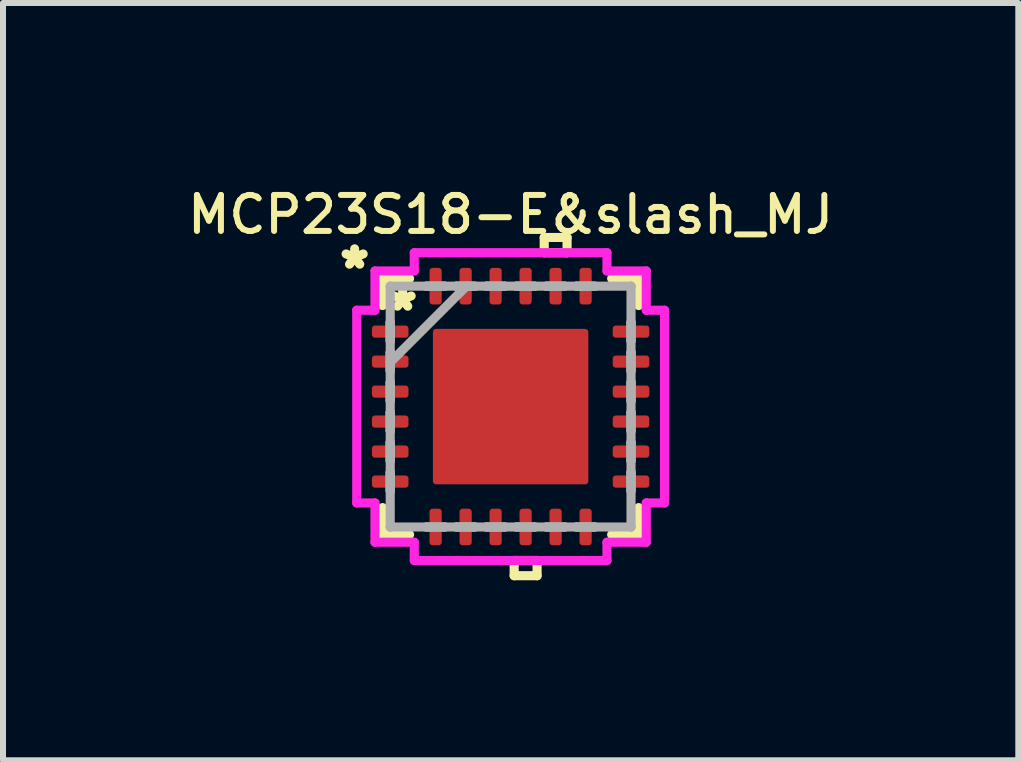
<source format=kicad_pcb>
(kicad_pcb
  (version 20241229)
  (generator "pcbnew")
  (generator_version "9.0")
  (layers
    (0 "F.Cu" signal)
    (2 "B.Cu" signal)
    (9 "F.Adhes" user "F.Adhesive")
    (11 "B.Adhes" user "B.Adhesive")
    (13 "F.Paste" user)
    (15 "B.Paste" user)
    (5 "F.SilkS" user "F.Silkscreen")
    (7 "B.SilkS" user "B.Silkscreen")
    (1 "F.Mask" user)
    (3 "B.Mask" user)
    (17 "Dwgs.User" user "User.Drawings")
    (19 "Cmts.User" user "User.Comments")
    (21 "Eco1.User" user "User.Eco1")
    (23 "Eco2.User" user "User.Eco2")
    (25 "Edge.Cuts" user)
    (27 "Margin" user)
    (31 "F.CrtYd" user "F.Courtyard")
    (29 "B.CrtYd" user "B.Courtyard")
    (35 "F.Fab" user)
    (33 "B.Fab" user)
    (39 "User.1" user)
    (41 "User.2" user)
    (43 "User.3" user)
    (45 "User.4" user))
  (footprint "MCP23S18-E&slash_MJ"
    (layer "F.Cu")
    (at 5.461 3.727)
    (property "Reference" "MCP23S18-E&slash_MJ" (at 0 -3.2 0) (layer "F.SilkS") (effects (font (size 0.6 0.6) (thickness 0.1))))
    (attr smd)
    (fp_line (start -2.134 -2.134) (end -2.134 -1.684) (stroke (width 0.152) (type solid)) (layer "F.SilkS"))
    (fp_line (start -2.134 1.684) (end -2.134 2.134) (stroke (width 0.152) (type solid)) (layer "F.SilkS"))
    (fp_line (start -2.134 2.134) (end -1.684 2.134) (stroke (width 0.152) (type solid)) (layer "F.SilkS"))
    (fp_line (start -1.684 -2.134) (end -2.134 -2.134) (stroke (width 0.152) (type solid)) (layer "F.SilkS"))
    (fp_line (start 0.059 2.565) (end 0.059 2.819) (stroke (width 0.152) (type solid)) (layer "F.SilkS"))
    (fp_line (start 0.059 2.819) (end 0.441 2.819) (stroke (width 0.152) (type solid)) (layer "F.SilkS"))
    (fp_line (start 0.441 2.565) (end 0.059 2.565) (stroke (width 0.152) (type solid)) (layer "F.SilkS"))
    (fp_line (start 0.441 2.819) (end 0.441 2.565) (stroke (width 0.152) (type solid)) (layer "F.SilkS"))
    (fp_line (start 0.56 -2.819) (end 0.941 -2.819) (stroke (width 0.152) (type solid)) (layer "F.SilkS"))
    (fp_line (start 0.56 -2.565) (end 0.56 -2.819) (stroke (width 0.152) (type solid)) (layer "F.SilkS"))
    (fp_line (start 0.941 -2.819) (end 0.941 -2.565) (stroke (width 0.152) (type solid)) (layer "F.SilkS"))
    (fp_line (start 0.941 -2.565) (end 0.56 -2.565) (stroke (width 0.152) (type solid)) (layer "F.SilkS"))
    (fp_line (start 1.684 2.134) (end 2.134 2.134) (stroke (width 0.152) (type solid)) (layer "F.SilkS"))
    (fp_line (start 2.134 -2.134) (end 1.684 -2.134) (stroke (width 0.152) (type solid)) (layer "F.SilkS"))
    (fp_line (start 2.134 -1.684) (end 2.134 -2.134) (stroke (width 0.152) (type solid)) (layer "F.SilkS"))
    (fp_line (start 2.134 2.134) (end 2.134 1.684) (stroke (width 0.152) (type solid)) (layer "F.SilkS"))
    (fp_line (start -1.195 -1.195) (end -1.195 -0.1) (stroke (width 0.152) (type solid)) (layer "F.Paste"))
    (fp_line (start -1.195 -0.1) (end -0.1 -0.1) (stroke (width 0.152) (type solid)) (layer "F.Paste"))
    (fp_line (start -1.195 0.1) (end -1.195 1.195) (stroke (width 0.152) (type solid)) (layer "F.Paste"))
    (fp_line (start -1.195 1.195) (end -0.1 1.195) (stroke (width 0.152) (type solid)) (layer "F.Paste"))
    (fp_line (start -0.1 -1.195) (end -1.195 -1.195) (stroke (width 0.152) (type solid)) (layer "F.Paste"))
    (fp_line (start -0.1 -0.1) (end -0.1 -1.195) (stroke (width 0.152) (type solid)) (layer "F.Paste"))
    (fp_line (start -0.1 0.1) (end -1.195 0.1) (stroke (width 0.152) (type solid)) (layer "F.Paste"))
    (fp_line (start -0.1 1.195) (end -0.1 0.1) (stroke (width 0.152) (type solid)) (layer "F.Paste"))
    (fp_line (start 0.1 -1.195) (end 0.1 -0.1) (stroke (width 0.152) (type solid)) (layer "F.Paste"))
    (fp_line (start 0.1 -0.1) (end 1.195 -0.1) (stroke (width 0.152) (type solid)) (layer "F.Paste"))
    (fp_line (start 0.1 0.1) (end 0.1 1.195) (stroke (width 0.152) (type solid)) (layer "F.Paste"))
    (fp_line (start 0.1 1.195) (end 1.195 1.195) (stroke (width 0.152) (type solid)) (layer "F.Paste"))
    (fp_line (start 1.195 -1.195) (end 0.1 -1.195) (stroke (width 0.152) (type solid)) (layer "F.Paste"))
    (fp_line (start 1.195 -0.1) (end 1.195 -1.195) (stroke (width 0.152) (type solid)) (layer "F.Paste"))
    (fp_line (start 1.195 0.1) (end 0.1 0.1) (stroke (width 0.152) (type solid)) (layer "F.Paste"))
    (fp_line (start 1.195 1.195) (end 1.195 0.1) (stroke (width 0.152) (type solid)) (layer "F.Paste"))
    (fp_line (start -2.565 -1.606) (end -2.261 -1.606) (stroke (width 0.152) (type solid)) (layer "F.CrtYd"))
    (fp_line (start -2.565 1.606) (end -2.565 -1.606) (stroke (width 0.152) (type solid)) (layer "F.CrtYd"))
    (fp_line (start -2.261 -2.261) (end -1.606 -2.261) (stroke (width 0.152) (type solid)) (layer "F.CrtYd"))
    (fp_line (start -2.261 -1.606) (end -2.261 -2.261) (stroke (width 0.152) (type solid)) (layer "F.CrtYd"))
    (fp_line (start -2.261 1.606) (end -2.565 1.606) (stroke (width 0.152) (type solid)) (layer "F.CrtYd"))
    (fp_line (start -2.261 2.261) (end -2.261 1.606) (stroke (width 0.152) (type solid)) (layer "F.CrtYd"))
    (fp_line (start -1.606 -2.565) (end 1.606 -2.565) (stroke (width 0.152) (type solid)) (layer "F.CrtYd"))
    (fp_line (start -1.606 -2.261) (end -1.606 -2.565) (stroke (width 0.152) (type solid)) (layer "F.CrtYd"))
    (fp_line (start -1.606 2.261) (end -2.261 2.261) (stroke (width 0.152) (type solid)) (layer "F.CrtYd"))
    (fp_line (start -1.606 2.565) (end -1.606 2.261) (stroke (width 0.152) (type solid)) (layer "F.CrtYd"))
    (fp_line (start 1.606 -2.565) (end 1.606 -2.261) (stroke (width 0.152) (type solid)) (layer "F.CrtYd"))
    (fp_line (start 1.606 -2.261) (end 2.261 -2.261) (stroke (width 0.152) (type solid)) (layer "F.CrtYd"))
    (fp_line (start 1.606 2.261) (end 1.606 2.565) (stroke (width 0.152) (type solid)) (layer "F.CrtYd"))
    (fp_line (start 1.606 2.565) (end -1.606 2.565) (stroke (width 0.152) (type solid)) (layer "F.CrtYd"))
    (fp_line (start 2.261 -2.261) (end 2.261 -1.606) (stroke (width 0.152) (type solid)) (layer "F.CrtYd"))
    (fp_line (start 2.261 -1.606) (end 2.565 -1.606) (stroke (width 0.152) (type solid)) (layer "F.CrtYd"))
    (fp_line (start 2.261 1.606) (end 2.261 2.261) (stroke (width 0.152) (type solid)) (layer "F.CrtYd"))
    (fp_line (start 2.261 2.261) (end 1.606 2.261) (stroke (width 0.152) (type solid)) (layer "F.CrtYd"))
    (fp_line (start 2.565 -1.606) (end 2.565 1.606) (stroke (width 0.152) (type solid)) (layer "F.CrtYd"))
    (fp_line (start 2.565 1.606) (end 2.261 1.606) (stroke (width 0.152) (type solid)) (layer "F.CrtYd"))
    (fp_line (start -2.007 -2.007) (end -2.007 -2.007) (stroke (width 0.152) (type solid)) (layer "F.Fab"))
    (fp_line (start -2.007 -2.007) (end -2.007 2.007) (stroke (width 0.152) (type solid)) (layer "F.Fab"))
    (fp_line (start -2.007 -1.402) (end -2.007 -1.402) (stroke (width 0.152) (type solid)) (layer "F.Fab"))
    (fp_line (start -2.007 -1.402) (end -2.007 -1.098) (stroke (width 0.152) (type solid)) (layer "F.Fab"))
    (fp_line (start -2.007 -1.098) (end -2.007 -1.402) (stroke (width 0.152) (type solid)) (layer "F.Fab"))
    (fp_line (start -2.007 -1.098) (end -2.007 -1.098) (stroke (width 0.152) (type solid)) (layer "F.Fab"))
    (fp_line (start -2.007 -0.902) (end -2.007 -0.902) (stroke (width 0.152) (type solid)) (layer "F.Fab"))
    (fp_line (start -2.007 -0.902) (end -2.007 -0.598) (stroke (width 0.152) (type solid)) (layer "F.Fab"))
    (fp_line (start -2.007 -0.737) (end -0.737 -2.007) (stroke (width 0.152) (type solid)) (layer "F.Fab"))
    (fp_line (start -2.007 -0.598) (end -2.007 -0.902) (stroke (width 0.152) (type solid)) (layer "F.Fab"))
    (fp_line (start -2.007 -0.598) (end -2.007 -0.598) (stroke (width 0.152) (type solid)) (layer "F.Fab"))
    (fp_line (start -2.007 -0.402) (end -2.007 -0.402) (stroke (width 0.152) (type solid)) (layer "F.Fab"))
    (fp_line (start -2.007 -0.402) (end -2.007 -0.098) (stroke (width 0.152) (type solid)) (layer "F.Fab"))
    (fp_line (start -2.007 -0.098) (end -2.007 -0.402) (stroke (width 0.152) (type solid)) (layer "F.Fab"))
    (fp_line (start -2.007 -0.098) (end -2.007 -0.098) (stroke (width 0.152) (type solid)) (layer "F.Fab"))
    (fp_line (start -2.007 0.098) (end -2.007 0.098) (stroke (width 0.152) (type solid)) (layer "F.Fab"))
    (fp_line (start -2.007 0.098) (end -2.007 0.402) (stroke (width 0.152) (type solid)) (layer "F.Fab"))
    (fp_line (start -2.007 0.402) (end -2.007 0.098) (stroke (width 0.152) (type solid)) (layer "F.Fab"))
    (fp_line (start -2.007 0.402) (end -2.007 0.402) (stroke (width 0.152) (type solid)) (layer "F.Fab"))
    (fp_line (start -2.007 0.598) (end -2.007 0.598) (stroke (width 0.152) (type solid)) (layer "F.Fab"))
    (fp_line (start -2.007 0.598) (end -2.007 0.902) (stroke (width 0.152) (type solid)) (layer "F.Fab"))
    (fp_line (start -2.007 0.902) (end -2.007 0.598) (stroke (width 0.152) (type solid)) (layer "F.Fab"))
    (fp_line (start -2.007 0.902) (end -2.007 0.902) (stroke (width 0.152) (type solid)) (layer "F.Fab"))
    (fp_line (start -2.007 1.098) (end -2.007 1.098) (stroke (width 0.152) (type solid)) (layer "F.Fab"))
    (fp_line (start -2.007 1.098) (end -2.007 1.402) (stroke (width 0.152) (type solid)) (layer "F.Fab"))
    (fp_line (start -2.007 1.402) (end -2.007 1.098) (stroke (width 0.152) (type solid)) (layer "F.Fab"))
    (fp_line (start -2.007 1.402) (end -2.007 1.402) (stroke (width 0.152) (type solid)) (layer "F.Fab"))
    (fp_line (start -2.007 2.007) (end -2.007 2.007) (stroke (width 0.152) (type solid)) (layer "F.Fab"))
    (fp_line (start -2.007 2.007) (end 2.007 2.007) (stroke (width 0.152) (type solid)) (layer "F.Fab"))
    (fp_line (start -1.402 -2.007) (end -1.402 -2.007) (stroke (width 0.152) (type solid)) (layer "F.Fab"))
    (fp_line (start -1.402 -2.007) (end -1.098 -2.007) (stroke (width 0.152) (type solid)) (layer "F.Fab"))
    (fp_line (start -1.402 2.007) (end -1.402 2.007) (stroke (width 0.152) (type solid)) (layer "F.Fab"))
    (fp_line (start -1.402 2.007) (end -1.098 2.007) (stroke (width 0.152) (type solid)) (layer "F.Fab"))
    (fp_line (start -1.098 -2.007) (end -1.402 -2.007) (stroke (width 0.152) (type solid)) (layer "F.Fab"))
    (fp_line (start -1.098 -2.007) (end -1.098 -2.007) (stroke (width 0.152) (type solid)) (layer "F.Fab"))
    (fp_line (start -1.098 2.007) (end -1.402 2.007) (stroke (width 0.152) (type solid)) (layer "F.Fab"))
    (fp_line (start -1.098 2.007) (end -1.098 2.007) (stroke (width 0.152) (type solid)) (layer "F.Fab"))
    (fp_line (start -0.902 -2.007) (end -0.902 -2.007) (stroke (width 0.152) (type solid)) (layer "F.Fab"))
    (fp_line (start -0.902 -2.007) (end -0.598 -2.007) (stroke (width 0.152) (type solid)) (layer "F.Fab"))
    (fp_line (start -0.902 2.007) (end -0.902 2.007) (stroke (width 0.152) (type solid)) (layer "F.Fab"))
    (fp_line (start -0.902 2.007) (end -0.598 2.007) (stroke (width 0.152) (type solid)) (layer "F.Fab"))
    (fp_line (start -0.598 -2.007) (end -0.902 -2.007) (stroke (width 0.152) (type solid)) (layer "F.Fab"))
    (fp_line (start -0.598 -2.007) (end -0.598 -2.007) (stroke (width 0.152) (type solid)) (layer "F.Fab"))
    (fp_line (start -0.598 2.007) (end -0.902 2.007) (stroke (width 0.152) (type solid)) (layer "F.Fab"))
    (fp_line (start -0.598 2.007) (end -0.598 2.007) (stroke (width 0.152) (type solid)) (layer "F.Fab"))
    (fp_line (start -0.402 -2.007) (end -0.402 -2.007) (stroke (width 0.152) (type solid)) (layer "F.Fab"))
    (fp_line (start -0.402 -2.007) (end -0.098 -2.007) (stroke (width 0.152) (type solid)) (layer "F.Fab"))
    (fp_line (start -0.402 2.007) (end -0.402 2.007) (stroke (width 0.152) (type solid)) (layer "F.Fab"))
    (fp_line (start -0.402 2.007) (end -0.098 2.007) (stroke (width 0.152) (type solid)) (layer "F.Fab"))
    (fp_line (start -0.098 -2.007) (end -0.402 -2.007) (stroke (width 0.152) (type solid)) (layer "F.Fab"))
    (fp_line (start -0.098 -2.007) (end -0.098 -2.007) (stroke (width 0.152) (type solid)) (layer "F.Fab"))
    (fp_line (start -0.098 2.007) (end -0.402 2.007) (stroke (width 0.152) (type solid)) (layer "F.Fab"))
    (fp_line (start -0.098 2.007) (end -0.098 2.007) (stroke (width 0.152) (type solid)) (layer "F.Fab"))
    (fp_line (start 0.098 -2.007) (end 0.098 -2.007) (stroke (width 0.152) (type solid)) (layer "F.Fab"))
    (fp_line (start 0.098 -2.007) (end 0.402 -2.007) (stroke (width 0.152) (type solid)) (layer "F.Fab"))
    (fp_line (start 0.098 2.007) (end 0.098 2.007) (stroke (width 0.152) (type solid)) (layer "F.Fab"))
    (fp_line (start 0.098 2.007) (end 0.402 2.007) (stroke (width 0.152) (type solid)) (layer "F.Fab"))
    (fp_line (start 0.402 -2.007) (end 0.098 -2.007) (stroke (width 0.152) (type solid)) (layer "F.Fab"))
    (fp_line (start 0.402 -2.007) (end 0.402 -2.007) (stroke (width 0.152) (type solid)) (layer "F.Fab"))
    (fp_line (start 0.402 2.007) (end 0.098 2.007) (stroke (width 0.152) (type solid)) (layer "F.Fab"))
    (fp_line (start 0.402 2.007) (end 0.402 2.007) (stroke (width 0.152) (type solid)) (layer "F.Fab"))
    (fp_line (start 0.598 -2.007) (end 0.598 -2.007) (stroke (width 0.152) (type solid)) (layer "F.Fab"))
    (fp_line (start 0.598 -2.007) (end 0.902 -2.007) (stroke (width 0.152) (type solid)) (layer "F.Fab"))
    (fp_line (start 0.598 2.007) (end 0.598 2.007) (stroke (width 0.152) (type solid)) (layer "F.Fab"))
    (fp_line (start 0.598 2.007) (end 0.902 2.007) (stroke (width 0.152) (type solid)) (layer "F.Fab"))
    (fp_line (start 0.902 -2.007) (end 0.598 -2.007) (stroke (width 0.152) (type solid)) (layer "F.Fab"))
    (fp_line (start 0.902 -2.007) (end 0.902 -2.007) (stroke (width 0.152) (type solid)) (layer "F.Fab"))
    (fp_line (start 0.902 2.007) (end 0.598 2.007) (stroke (width 0.152) (type solid)) (layer "F.Fab"))
    (fp_line (start 0.902 2.007) (end 0.902 2.007) (stroke (width 0.152) (type solid)) (layer "F.Fab"))
    (fp_line (start 1.098 -2.007) (end 1.098 -2.007) (stroke (width 0.152) (type solid)) (layer "F.Fab"))
    (fp_line (start 1.098 -2.007) (end 1.402 -2.007) (stroke (width 0.152) (type solid)) (layer "F.Fab"))
    (fp_line (start 1.098 2.007) (end 1.098 2.007) (stroke (width 0.152) (type solid)) (layer "F.Fab"))
    (fp_line (start 1.098 2.007) (end 1.402 2.007) (stroke (width 0.152) (type solid)) (layer "F.Fab"))
    (fp_line (start 1.402 -2.007) (end 1.098 -2.007) (stroke (width 0.152) (type solid)) (layer "F.Fab"))
    (fp_line (start 1.402 -2.007) (end 1.402 -2.007) (stroke (width 0.152) (type solid)) (layer "F.Fab"))
    (fp_line (start 1.402 2.007) (end 1.098 2.007) (stroke (width 0.152) (type solid)) (layer "F.Fab"))
    (fp_line (start 1.402 2.007) (end 1.402 2.007) (stroke (width 0.152) (type solid)) (layer "F.Fab"))
    (fp_line (start 2.007 -2.007) (end -2.007 -2.007) (stroke (width 0.152) (type solid)) (layer "F.Fab"))
    (fp_line (start 2.007 -2.007) (end 2.007 -2.007) (stroke (width 0.152) (type solid)) (layer "F.Fab"))
    (fp_line (start 2.007 -1.402) (end 2.007 -1.402) (stroke (width 0.152) (type solid)) (layer "F.Fab"))
    (fp_line (start 2.007 -1.402) (end 2.007 -1.098) (stroke (width 0.152) (type solid)) (layer "F.Fab"))
    (fp_line (start 2.007 -1.098) (end 2.007 -1.402) (stroke (width 0.152) (type solid)) (layer "F.Fab"))
    (fp_line (start 2.007 -1.098) (end 2.007 -1.098) (stroke (width 0.152) (type solid)) (layer "F.Fab"))
    (fp_line (start 2.007 -0.902) (end 2.007 -0.902) (stroke (width 0.152) (type solid)) (layer "F.Fab"))
    (fp_line (start 2.007 -0.902) (end 2.007 -0.598) (stroke (width 0.152) (type solid)) (layer "F.Fab"))
    (fp_line (start 2.007 -0.598) (end 2.007 -0.902) (stroke (width 0.152) (type solid)) (layer "F.Fab"))
    (fp_line (start 2.007 -0.598) (end 2.007 -0.598) (stroke (width 0.152) (type solid)) (layer "F.Fab"))
    (fp_line (start 2.007 -0.402) (end 2.007 -0.402) (stroke (width 0.152) (type solid)) (layer "F.Fab"))
    (fp_line (start 2.007 -0.402) (end 2.007 -0.098) (stroke (width 0.152) (type solid)) (layer "F.Fab"))
    (fp_line (start 2.007 -0.098) (end 2.007 -0.402) (stroke (width 0.152) (type solid)) (layer "F.Fab"))
    (fp_line (start 2.007 -0.098) (end 2.007 -0.098) (stroke (width 0.152) (type solid)) (layer "F.Fab"))
    (fp_line (start 2.007 0.098) (end 2.007 0.098) (stroke (width 0.152) (type solid)) (layer "F.Fab"))
    (fp_line (start 2.007 0.098) (end 2.007 0.402) (stroke (width 0.152) (type solid)) (layer "F.Fab"))
    (fp_line (start 2.007 0.402) (end 2.007 0.098) (stroke (width 0.152) (type solid)) (layer "F.Fab"))
    (fp_line (start 2.007 0.402) (end 2.007 0.402) (stroke (width 0.152) (type solid)) (layer "F.Fab"))
    (fp_line (start 2.007 0.598) (end 2.007 0.598) (stroke (width 0.152) (type solid)) (layer "F.Fab"))
    (fp_line (start 2.007 0.598) (end 2.007 0.902) (stroke (width 0.152) (type solid)) (layer "F.Fab"))
    (fp_line (start 2.007 0.902) (end 2.007 0.598) (stroke (width 0.152) (type solid)) (layer "F.Fab"))
    (fp_line (start 2.007 0.902) (end 2.007 0.902) (stroke (width 0.152) (type solid)) (layer "F.Fab"))
    (fp_line (start 2.007 1.098) (end 2.007 1.098) (stroke (width 0.152) (type solid)) (layer "F.Fab"))
    (fp_line (start 2.007 1.098) (end 2.007 1.402) (stroke (width 0.152) (type solid)) (layer "F.Fab"))
    (fp_line (start 2.007 1.402) (end 2.007 1.098) (stroke (width 0.152) (type solid)) (layer "F.Fab"))
    (fp_line (start 2.007 1.402) (end 2.007 1.402) (stroke (width 0.152) (type solid)) (layer "F.Fab"))
    (fp_line (start 2.007 2.007) (end 2.007 -2.007) (stroke (width 0.152) (type solid)) (layer "F.Fab"))
    (fp_line (start 2.007 2.007) (end 2.007 2.007) (stroke (width 0.152) (type solid)) (layer "F.Fab"))
    (fp_text user "*" (at -1.8 -1.6 0) (layer "F.SilkS") (effects (font (size 0.6 0.6) (thickness 0.15))))
    (fp_text user "*" (at -2.6 -2.3 0) (layer "F.SilkS") (effects (font (size 0.6 0.6) (thickness 0.15))))
    (pad "1" smd roundrect (at -2.007 -1.25 90) (size 0.203 0.61) (layers "F.Cu" "F.Mask" "F.Paste") (roundrect_rratio 0.25))
    (pad "2" smd roundrect (at -2.007 -0.75 90) (size 0.203 0.61) (layers "F.Cu" "F.Mask" "F.Paste") (roundrect_rratio 0.25))
    (pad "3" smd roundrect (at -2.007 -0.25 90) (size 0.203 0.61) (layers "F.Cu" "F.Mask" "F.Paste") (roundrect_rratio 0.25))
    (pad "4" smd roundrect (at -2.007 0.25 90) (size 0.203 0.61) (layers "F.Cu" "F.Mask" "F.Paste") (roundrect_rratio 0.25))
    (pad "5" smd roundrect (at -2.007 0.75 90) (size 0.203 0.61) (layers "F.Cu" "F.Mask" "F.Paste") (roundrect_rratio 0.25))
    (pad "6" smd roundrect (at -2.007 1.25 90) (size 0.203 0.61) (layers "F.Cu" "F.Mask" "F.Paste") (roundrect_rratio 0.25))
    (pad "7" smd roundrect (at -1.25 2.007) (size 0.203 0.61) (layers "F.Cu" "F.Mask" "F.Paste") (roundrect_rratio 0.25))
    (pad "8" smd roundrect (at -0.75 2.007) (size 0.203 0.61) (layers "F.Cu" "F.Mask" "F.Paste") (roundrect_rratio 0.25))
    (pad "9" smd roundrect (at -0.25 2.007) (size 0.203 0.61) (layers "F.Cu" "F.Mask" "F.Paste") (roundrect_rratio 0.25))
    (pad "10" smd roundrect (at 0.25 2.007) (size 0.203 0.61) (layers "F.Cu" "F.Mask" "F.Paste") (roundrect_rratio 0.25))
    (pad "11" smd roundrect (at 0.75 2.007) (size 0.203 0.61) (layers "F.Cu" "F.Mask" "F.Paste") (roundrect_rratio 0.25))
    (pad "12" smd roundrect (at 1.25 2.007) (size 0.203 0.61) (layers "F.Cu" "F.Mask" "F.Paste") (roundrect_rratio 0.25))
    (pad "13" smd roundrect (at 2.007 1.25 90) (size 0.203 0.61) (layers "F.Cu" "F.Mask" "F.Paste") (roundrect_rratio 0.25))
    (pad "14" smd roundrect (at 2.007 0.75 90) (size 0.203 0.61) (layers "F.Cu" "F.Mask" "F.Paste") (roundrect_rratio 0.25))
    (pad "15" smd roundrect (at 2.007 0.25 90) (size 0.203 0.61) (layers "F.Cu" "F.Mask" "F.Paste") (roundrect_rratio 0.25))
    (pad "16" smd roundrect (at 2.007 -0.25 90) (size 0.203 0.61) (layers "F.Cu" "F.Mask" "F.Paste") (roundrect_rratio 0.25))
    (pad "17" smd roundrect (at 2.007 -0.75 90) (size 0.203 0.61) (layers "F.Cu" "F.Mask" "F.Paste") (roundrect_rratio 0.25))
    (pad "18" smd roundrect (at 2.007 -1.25 90) (size 0.203 0.61) (layers "F.Cu" "F.Mask" "F.Paste") (roundrect_rratio 0.25))
    (pad "19" smd roundrect (at 1.25 -2.007) (size 0.203 0.61) (layers "F.Cu" "F.Mask" "F.Paste") (roundrect_rratio 0.25))
    (pad "20" smd roundrect (at 0.75 -2.007) (size 0.203 0.61) (layers "F.Cu" "F.Mask" "F.Paste") (roundrect_rratio 0.25))
    (pad "21" smd roundrect (at 0.25 -2.007) (size 0.203 0.61) (layers "F.Cu" "F.Mask" "F.Paste") (roundrect_rratio 0.25))
    (pad "22" smd roundrect (at -0.25 -2.007) (size 0.203 0.61) (layers "F.Cu" "F.Mask" "F.Paste") (roundrect_rratio 0.25))
    (pad "23" smd roundrect (at -0.75 -2.007) (size 0.203 0.61) (layers "F.Cu" "F.Mask" "F.Paste") (roundrect_rratio 0.25))
    (pad "24" smd roundrect (at -1.25 -2.007) (size 0.203 0.61) (layers "F.Cu" "F.Mask" "F.Paste") (roundrect_rratio 0.25))
    (pad "25" smd roundrect (at 0 0) (size 2.591 2.591) (layers "F.Cu" "F.Mask" "F.Paste") (roundrect_rratio 0.02)))
  (gr_rect
    (start -3 -3)
    (end 13.923 9.622)
    (stroke (width 0.1) (type default))
    (fill no)
    (layer "Edge.Cuts")))
</source>
